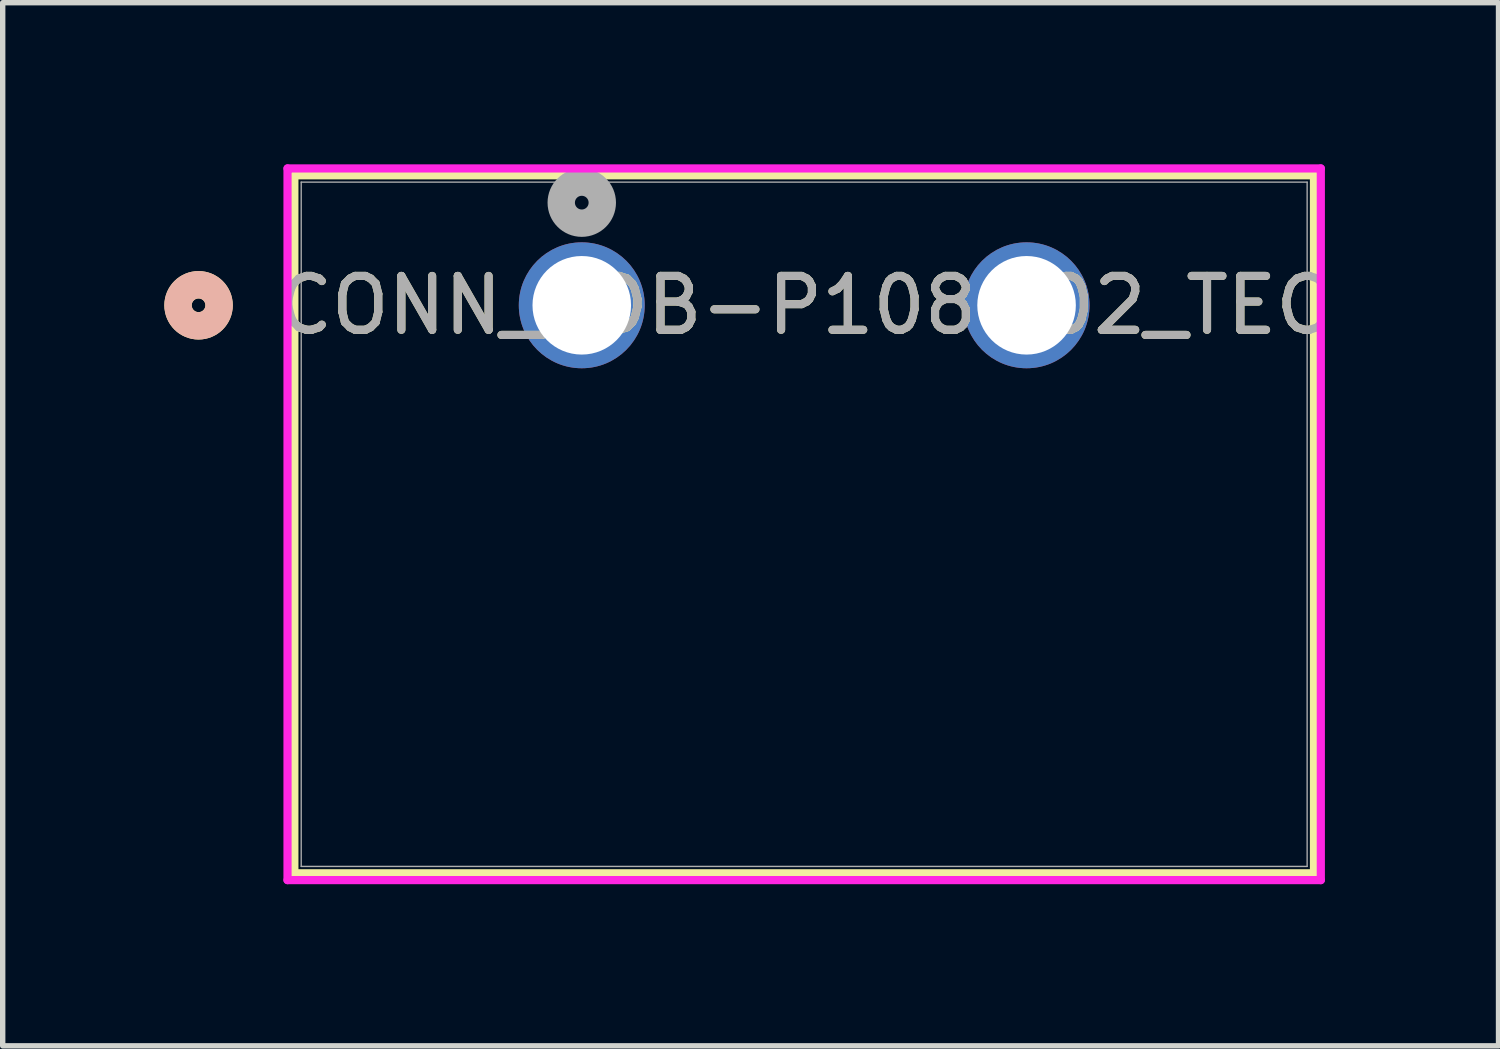
<source format=kicad_pcb>
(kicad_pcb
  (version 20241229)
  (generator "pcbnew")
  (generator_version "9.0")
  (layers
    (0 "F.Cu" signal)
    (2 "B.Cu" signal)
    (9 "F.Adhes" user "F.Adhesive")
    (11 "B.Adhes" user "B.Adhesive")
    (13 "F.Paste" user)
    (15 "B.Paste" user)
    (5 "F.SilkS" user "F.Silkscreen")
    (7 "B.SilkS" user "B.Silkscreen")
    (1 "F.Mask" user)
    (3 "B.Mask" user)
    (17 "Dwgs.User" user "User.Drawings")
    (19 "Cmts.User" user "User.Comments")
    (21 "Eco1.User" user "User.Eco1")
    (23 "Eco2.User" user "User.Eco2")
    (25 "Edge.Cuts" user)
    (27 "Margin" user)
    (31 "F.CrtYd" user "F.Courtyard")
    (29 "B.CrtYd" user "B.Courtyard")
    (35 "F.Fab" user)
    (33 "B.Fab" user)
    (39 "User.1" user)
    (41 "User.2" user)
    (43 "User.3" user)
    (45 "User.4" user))
  (footprint "CONN_4DB-P108-02_TEC"
    (layer "F.Cu")
    (at 7.747 2.616)
    (property "Reference" "CONN_4DB-P108-02_TEC" (at 4.128 0 0) (unlocked yes) (layer "F.SilkS") (effects (font (size 1 1) (thickness 0.15))))
    (attr through_hole)
    (fp_line (start -5.334 -2.413) (end -5.334 10.541) (stroke (width 0.152) (type solid)) (layer "F.SilkS"))
    (fp_line (start -5.334 10.541) (end 13.589 10.541) (stroke (width 0.152) (type solid)) (layer "F.SilkS"))
    (fp_line (start 13.589 -2.413) (end -5.334 -2.413) (stroke (width 0.152) (type solid)) (layer "F.SilkS"))
    (fp_line (start 13.589 10.541) (end 13.589 -2.413) (stroke (width 0.152) (type solid)) (layer "F.SilkS"))
    (fp_circle (center -7.112 0) (end -6.731 0) (stroke (width 0.508) (type solid)) (fill no) (layer "F.SilkS"))
    (fp_circle (center -7.112 0) (end -6.731 0) (stroke (width 0.508) (type solid)) (fill no) (layer "B.SilkS"))
    (fp_line (start -5.461 -2.54) (end -5.461 10.668) (stroke (width 0.152) (type solid)) (layer "F.CrtYd"))
    (fp_line (start -5.461 10.668) (end 13.716 10.668) (stroke (width 0.152) (type solid)) (layer "F.CrtYd"))
    (fp_line (start 13.716 -2.54) (end -5.461 -2.54) (stroke (width 0.152) (type solid)) (layer "F.CrtYd"))
    (fp_line (start 13.716 10.668) (end 13.716 -2.54) (stroke (width 0.152) (type solid)) (layer "F.CrtYd"))
    (fp_line (start -5.207 -2.286) (end -5.207 10.414) (stroke (width 0.025) (type solid)) (layer "F.Fab"))
    (fp_line (start -5.207 10.414) (end 13.462 10.414) (stroke (width 0.025) (type solid)) (layer "F.Fab"))
    (fp_line (start 13.462 -2.286) (end -5.207 -2.286) (stroke (width 0.025) (type solid)) (layer "F.Fab"))
    (fp_line (start 13.462 10.414) (end 13.462 -2.286) (stroke (width 0.025) (type solid)) (layer "F.Fab"))
    (fp_circle (center 0 -1.905) (end 0.381 -1.905) (stroke (width 0.508) (type solid)) (fill no) (layer "F.Fab"))
    (fp_text user "${REFERENCE}" (at 4.128 0 0) (unlocked yes) (layer "F.Fab") (effects (font (size 1 1) (thickness 0.15))))
    (pad "1" thru_hole circle (at 0 0) (size 2.337 2.337) (drill 1.829) (layers "*.Cu" "*.Mask"))
    (pad "2" thru_hole circle (at 8.255 0) (size 2.337 2.337) (drill 1.829) (layers "*.Cu" "*.Mask")))
  (gr_rect
    (start -3 -3)
    (end 24.761 16.36)
    (stroke (width 0.1) (type default))
    (fill no)
    (layer "Edge.Cuts")))
</source>
